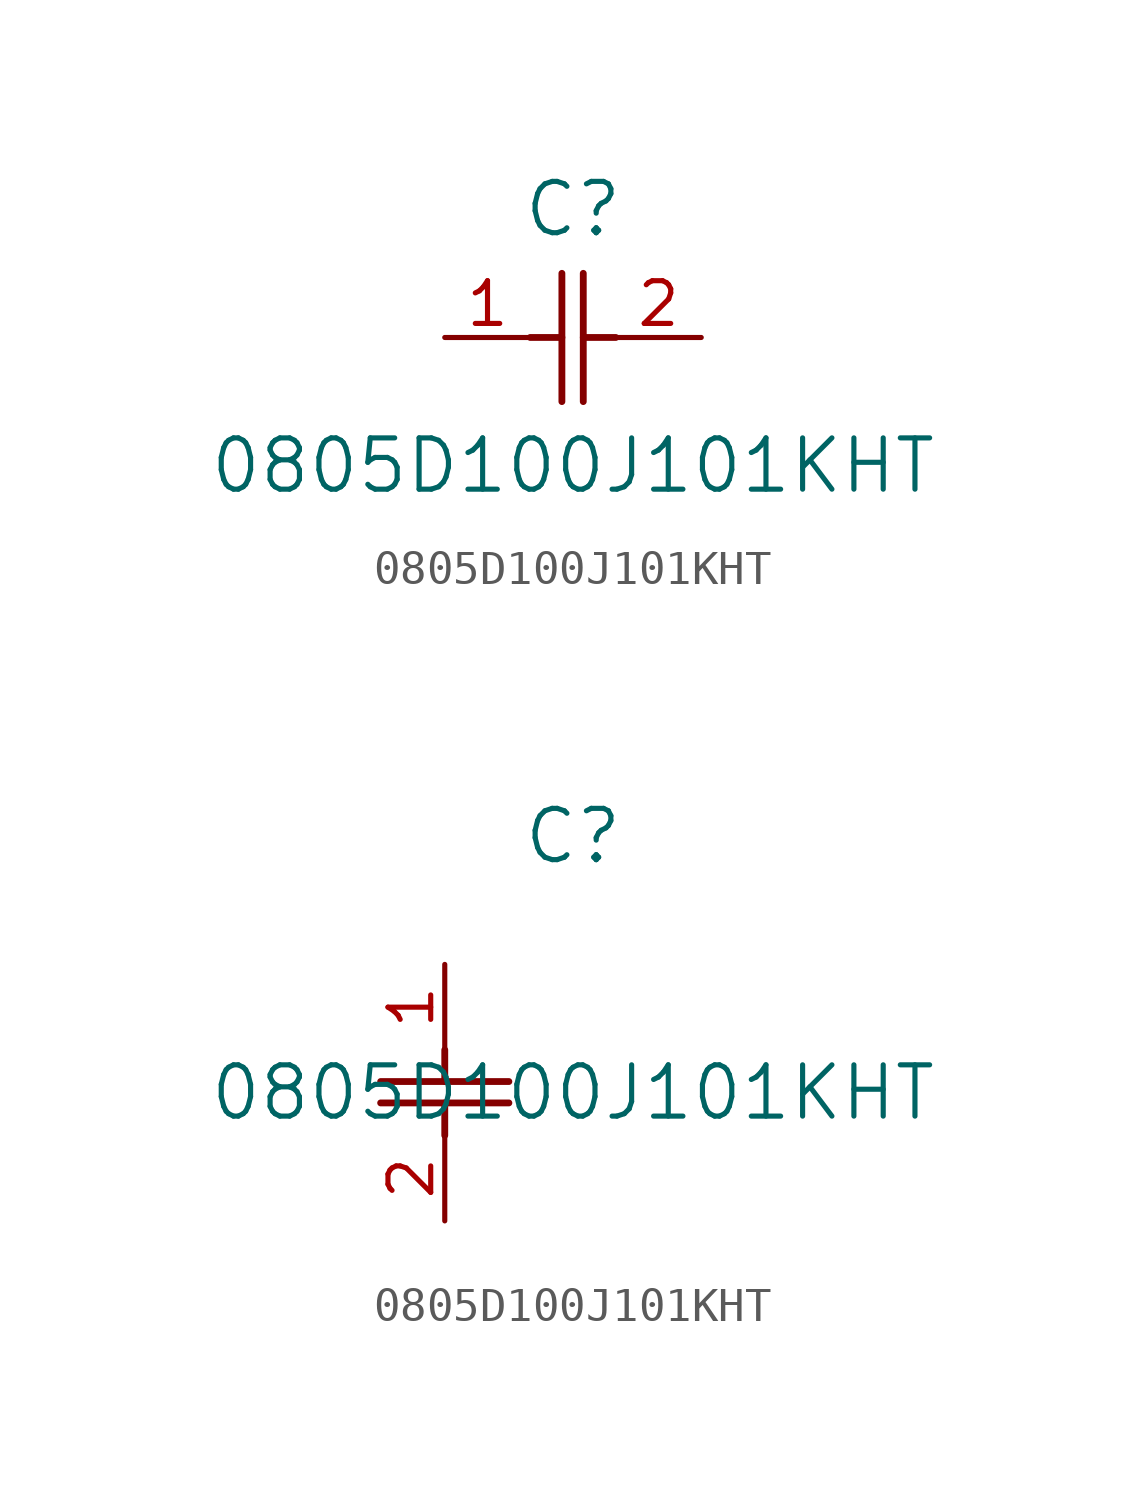
<source format=kicad_sym>
(kicad_symbol_lib
  (version 20211014)
  (generator kicad_symbol_editor)
  (symbol "0805D100J101KHT"
    (pin_names
      (offset 0.254))
    (property "Reference" "C"
      (at 3.81 3.81 0)
      (effects (font (size 1.524 1.524))))
    (property "Value" "0805D100J101KHT"
      (at 3.81 -3.81 0)
      (effects (font (size 1.524 1.524))))
    (symbol "0805D100J101KHT_1_1"
      (polyline (pts (xy 3.48 -1.905) (xy 3.48 1.905)) (stroke (width 0.203) (type default) (color 0 0 0 0)) (fill (type none)))
      (polyline (pts (xy 4.115 -1.905) (xy 4.115 1.905)) (stroke (width 0.203) (type default) (color 0 0 0 0)) (fill (type none)))
      (polyline (pts (xy 4.115 0) (xy 5.08 0)) (stroke (width 0.203) (type default) (color 0 0 0 0)) (fill (type none)))
      (polyline (pts (xy 2.54 0) (xy 3.48 0)) (stroke (width 0.203) (type default) (color 0 0 0 0)) (fill (type none)))
      (pin unspecified line (at 0 0 0) (length 2.54) (name "" (effects (font (size 1.27 1.27)))) (number "1" (effects (font (size 1.27 1.27)))))
      (pin unspecified line (at 7.62 0 180) (length 2.54) (name "" (effects (font (size 1.27 1.27)))) (number "2" (effects (font (size 1.27 1.27))))))
    (symbol "0805D100J101KHT_1_2"
      (polyline (pts (xy -1.905 -3.48) (xy 1.905 -3.48)) (stroke (width 0.203) (type default) (color 0 0 0 0)) (fill (type none)))
      (polyline (pts (xy -1.905 -4.115) (xy 1.905 -4.115)) (stroke (width 0.203) (type default) (color 0 0 0 0)) (fill (type none)))
      (polyline (pts (xy 0 -4.115) (xy 0 -5.08)) (stroke (width 0.203) (type default) (color 0 0 0 0)) (fill (type none)))
      (polyline (pts (xy 0 -2.54) (xy 0 -3.48)) (stroke (width 0.203) (type default) (color 0 0 0 0)) (fill (type none)))
      (pin unspecified line (at 0 0 270) (length 2.54) (name "" (effects (font (size 1.27 1.27)))) (number "1" (effects (font (size 1.27 1.27)))))
      (pin unspecified line (at 0 -7.62 90) (length 2.54) (name "" (effects (font (size 1.27 1.27)))) (number "2" (effects (font (size 1.27 1.27))))))))
</source>
